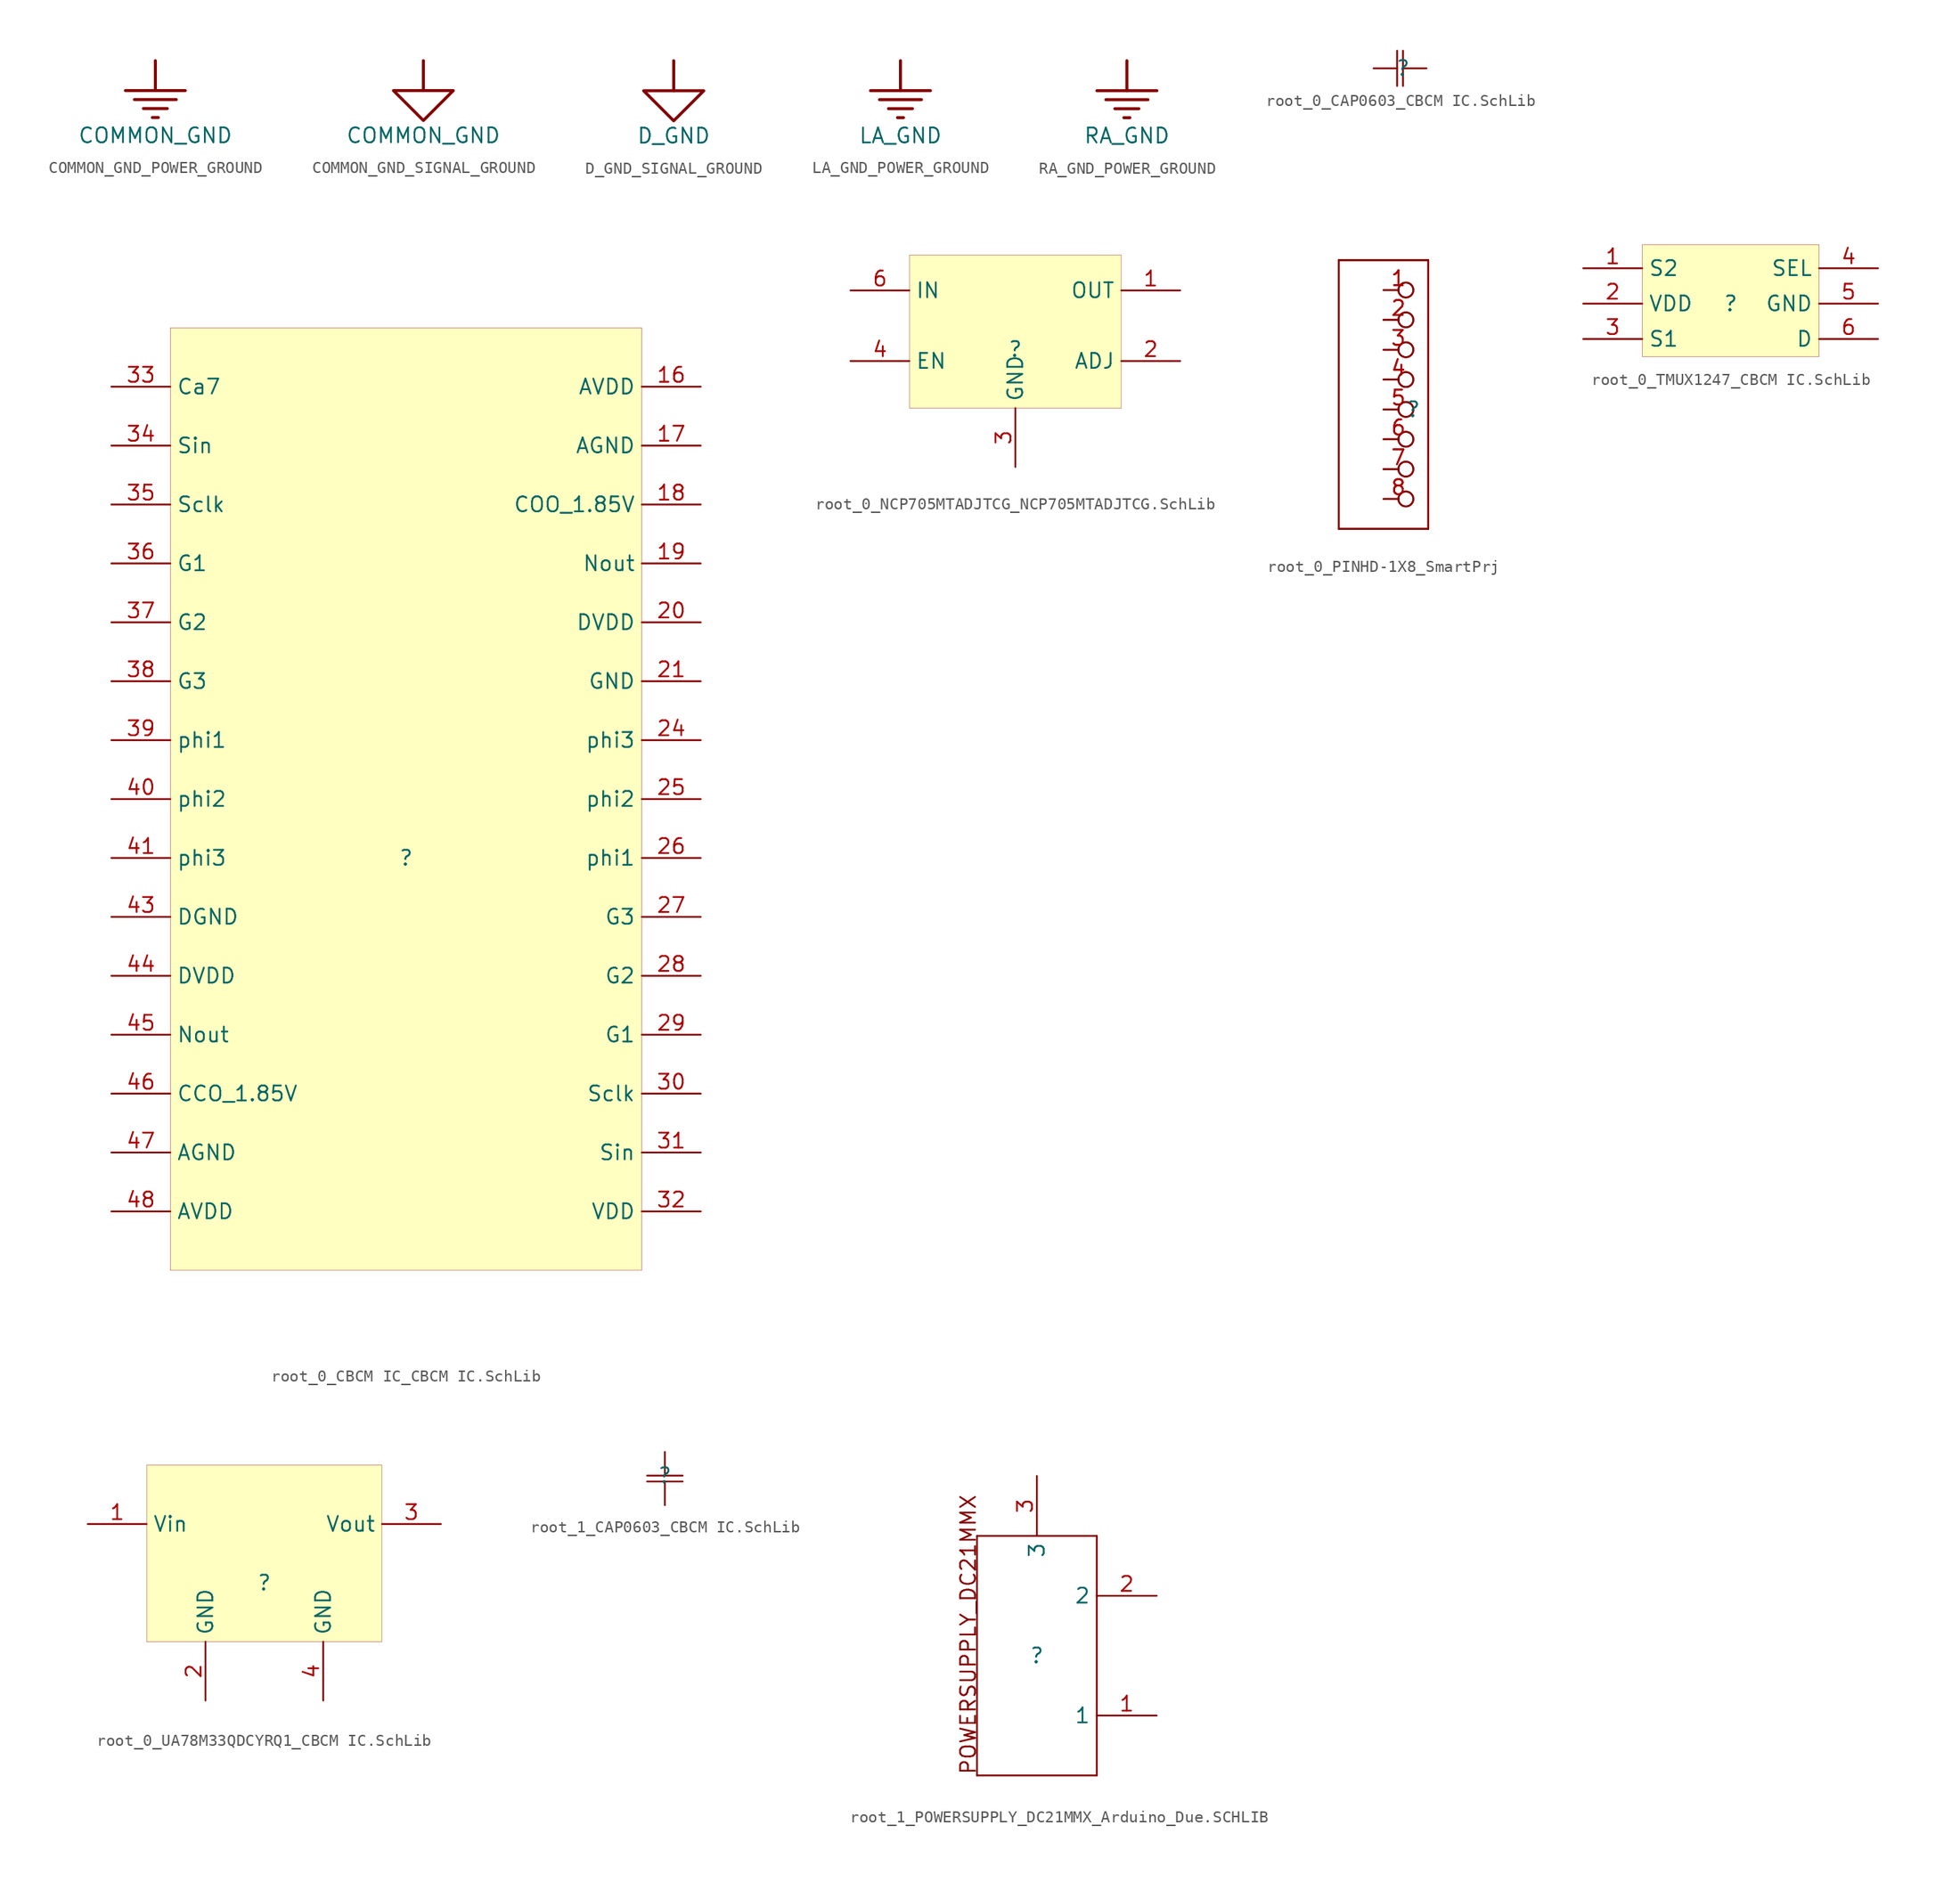
<source format=kicad_sym>
(kicad_symbol_lib
  (version 20241209)
  (generator "kicad_symbol_editor")
  (generator_version "9.0")
  (symbol "COMMON_GND_POWER_GROUND"
    (power)
    (property "Reference" "#PWR"
      (at 0 0 0)
      (effects (font (size 1.27 1.27)) (hide yes)))
    (property "Value" "COMMON_GND"
      (at 0 -6.35 0)
      (effects (font (size 1.27 1.27))))
    (symbol "COMMON_GND_POWER_GROUND_0_0"
      (polyline (pts (xy -2.54 -2.54) (xy 2.54 -2.54)) (stroke (width 0.254) (type solid)) (fill (type none)))
      (polyline (pts (xy -1.778 -3.302) (xy 1.778 -3.302)) (stroke (width 0.254) (type solid)) (fill (type none)))
      (polyline (pts (xy -1.016 -4.064) (xy 1.016 -4.064)) (stroke (width 0.254) (type solid)) (fill (type none)))
      (polyline (pts (xy -0.254 -4.826) (xy 0.254 -4.826)) (stroke (width 0.254) (type solid)) (fill (type none)))
      (polyline (pts (xy 0 0) (xy 0 -2.54)) (stroke (width 0.254) (type solid)) (fill (type none)))
      (pin power_in line (at 0 0 0) (length 0) (hide yes) (name "COMMON_GND" (effects (font (size 1.27 1.27)))) (number "" (effects (font (size 1.27 1.27)))))))
  (symbol "COMMON_GND_SIGNAL_GROUND"
    (power)
    (property "Reference" "#PWR"
      (at 0 0 0)
      (effects (font (size 1.27 1.27)) (hide yes)))
    (property "Value" "COMMON_GND"
      (at 0 -6.35 0)
      (effects (font (size 1.27 1.27))))
    (symbol "COMMON_GND_SIGNAL_GROUND_0_0"
      (polyline (pts (xy -2.54 -2.54) (xy 2.54 -2.54) (xy 0 -5.08) (xy -2.54 -2.54)) (stroke (width 0.254) (type solid)) (fill (type none)))
      (polyline (pts (xy 0 0) (xy 0 -2.54)) (stroke (width 0.254) (type solid)) (fill (type none)))
      (pin power_in line (at 0 0 0) (length 0) (hide yes) (name "COMMON_GND" (effects (font (size 1.27 1.27)))) (number "" (effects (font (size 1.27 1.27)))))))
  (symbol "D_GND_SIGNAL_GROUND"
    (power)
    (property "Reference" "#PWR"
      (at 0 0 0)
      (effects (font (size 1.27 1.27)) (hide yes)))
    (property "Value" "D_GND"
      (at 0 -6.35 0)
      (effects (font (size 1.27 1.27))))
    (symbol "D_GND_SIGNAL_GROUND_0_0"
      (polyline (pts (xy -2.54 -2.54) (xy 2.54 -2.54) (xy 0 -5.08) (xy -2.54 -2.54)) (stroke (width 0.254) (type solid)) (fill (type none)))
      (polyline (pts (xy 0 0) (xy 0 -2.54)) (stroke (width 0.254) (type solid)) (fill (type none)))
      (pin power_in line (at 0 0 0) (length 0) (hide yes) (name "D_GND" (effects (font (size 1.27 1.27)))) (number "" (effects (font (size 1.27 1.27)))))))
  (symbol "LA_GND_POWER_GROUND"
    (power)
    (property "Reference" "#PWR"
      (at 0 0 0)
      (effects (font (size 1.27 1.27)) (hide yes)))
    (property "Value" "LA_GND"
      (at 0 -6.35 0)
      (effects (font (size 1.27 1.27))))
    (symbol "LA_GND_POWER_GROUND_0_0"
      (polyline (pts (xy -2.54 -2.54) (xy 2.54 -2.54)) (stroke (width 0.254) (type solid)) (fill (type none)))
      (polyline (pts (xy -1.778 -3.302) (xy 1.778 -3.302)) (stroke (width 0.254) (type solid)) (fill (type none)))
      (polyline (pts (xy -1.016 -4.064) (xy 1.016 -4.064)) (stroke (width 0.254) (type solid)) (fill (type none)))
      (polyline (pts (xy -0.254 -4.826) (xy 0.254 -4.826)) (stroke (width 0.254) (type solid)) (fill (type none)))
      (polyline (pts (xy 0 0) (xy 0 -2.54)) (stroke (width 0.254) (type solid)) (fill (type none)))
      (pin power_in line (at 0 0 0) (length 0) (hide yes) (name "LA_GND" (effects (font (size 1.27 1.27)))) (number "" (effects (font (size 1.27 1.27)))))))
  (symbol "RA_GND_POWER_GROUND"
    (power)
    (property "Reference" "#PWR"
      (at 0 0 0)
      (effects (font (size 1.27 1.27)) (hide yes)))
    (property "Value" "RA_GND"
      (at 0 -6.35 0)
      (effects (font (size 1.27 1.27))))
    (symbol "RA_GND_POWER_GROUND_0_0"
      (polyline (pts (xy -2.54 -2.54) (xy 2.54 -2.54)) (stroke (width 0.254) (type solid)) (fill (type none)))
      (polyline (pts (xy -1.778 -3.302) (xy 1.778 -3.302)) (stroke (width 0.254) (type solid)) (fill (type none)))
      (polyline (pts (xy -1.016 -4.064) (xy 1.016 -4.064)) (stroke (width 0.254) (type solid)) (fill (type none)))
      (polyline (pts (xy -0.254 -4.826) (xy 0.254 -4.826)) (stroke (width 0.254) (type solid)) (fill (type none)))
      (polyline (pts (xy 0 0) (xy 0 -2.54)) (stroke (width 0.254) (type solid)) (fill (type none)))
      (pin power_in line (at 0 0 0) (length 0) (hide yes) (name "RA_GND" (effects (font (size 1.27 1.27)))) (number "" (effects (font (size 1.27 1.27)))))))
  (symbol "root_0_CAP0603_CBCM IC.SchLib"
    (pin_numbers
      (hide yes))
    (pin_names
      (hide yes))
    (property "Reference" ""
      (at 0 0 0)
      (effects (font (size 1.27 1.27))))
    (property "Value" ""
      (at 0 0 0)
      (effects (font (size 1.27 1.27))))
    (symbol "root_0_CAP0603_CBCM IC.SchLib_1_0"
      (polyline (pts (xy -0.5 1.5) (xy -0.5 -1.5)) (stroke (width 0) (type solid)) (fill (type none)))
      (polyline (pts (xy 0 1.5) (xy 0 -1.5)) (stroke (width 0) (type solid)) (fill (type none)))
      (pin passive line (at -2.5 0 0) (length 2) (name "Terminal_0" (effects (font (size 1.27 1.27)))) (number "1" (effects (font (size 1.27 1.27)))))
      (pin passive line (at 2 0 180) (length 2) (name "Terminal_2" (effects (font (size 1.27 1.27)))) (number "2" (effects (font (size 1.27 1.27)))))))
  (symbol "root_0_CBCM IC_CBCM IC.SchLib"
    (property "Reference" ""
      (at 0 0 0)
      (effects (font (size 1.27 1.27))))
    (property "Value" ""
      (at 0 0 0)
      (effects (font (size 1.27 1.27))))
    (symbol "root_0_CBCM IC_CBCM IC.SchLib_1_0"
      (rectangle (start 20 45) (end -20 -35) (stroke (width 0.025) (type solid) (color 128 0 0 1)) (fill (type background)))
      (pin passive line (at -25 40 0) (length 5) (name "Ca7" (effects (font (size 1.27 1.27)))) (number "33" (effects (font (size 1.27 1.27)))))
      (pin passive line (at -25 35 0) (length 5) (name "Sin" (effects (font (size 1.27 1.27)))) (number "34" (effects (font (size 1.27 1.27)))))
      (pin passive line (at -25 30 0) (length 5) (name "Sclk" (effects (font (size 1.27 1.27)))) (number "35" (effects (font (size 1.27 1.27)))))
      (pin passive line (at -25 25 0) (length 5) (name "G1" (effects (font (size 1.27 1.27)))) (number "36" (effects (font (size 1.27 1.27)))))
      (pin passive line (at -25 20 0) (length 5) (name "G2" (effects (font (size 1.27 1.27)))) (number "37" (effects (font (size 1.27 1.27)))))
      (pin passive line (at -25 15 0) (length 5) (name "G3" (effects (font (size 1.27 1.27)))) (number "38" (effects (font (size 1.27 1.27)))))
      (pin passive line (at -25 10 0) (length 5) (name "phi1" (effects (font (size 1.27 1.27)))) (number "39" (effects (font (size 1.27 1.27)))))
      (pin passive line (at -25 5 0) (length 5) (name "phi2" (effects (font (size 1.27 1.27)))) (number "40" (effects (font (size 1.27 1.27)))))
      (pin passive line (at -25 0 0) (length 5) (name "phi3" (effects (font (size 1.27 1.27)))) (number "41" (effects (font (size 1.27 1.27)))))
      (pin passive line (at -25 -5 0) (length 5) (name "DGND" (effects (font (size 1.27 1.27)))) (number "43" (effects (font (size 1.27 1.27)))))
      (pin power_in line (at -25 -10 0) (length 5) (name "DVDD" (effects (font (size 1.27 1.27)))) (number "44" (effects (font (size 1.27 1.27)))))
      (pin passive line (at -25 -15 0) (length 5) (name "Nout" (effects (font (size 1.27 1.27)))) (number "45" (effects (font (size 1.27 1.27)))))
      (pin power_in line (at -25 -20 0) (length 5) (name "CCO_1.85V" (effects (font (size 1.27 1.27)))) (number "46" (effects (font (size 1.27 1.27)))))
      (pin power_in line (at -25 -25 0) (length 5) (name "AGND" (effects (font (size 1.27 1.27)))) (number "47" (effects (font (size 1.27 1.27)))))
      (pin power_in line (at -25 -30 0) (length 5) (name "AVDD" (effects (font (size 1.27 1.27)))) (number "48" (effects (font (size 1.27 1.27)))))
      (pin power_in line (at 25 40 180) (length 5) (name "AVDD" (effects (font (size 1.27 1.27)))) (number "16" (effects (font (size 1.27 1.27)))))
      (pin power_in line (at 25 35 180) (length 5) (name "AGND" (effects (font (size 1.27 1.27)))) (number "17" (effects (font (size 1.27 1.27)))))
      (pin power_in line (at 25 30 180) (length 5) (name "COO_1.85V" (effects (font (size 1.27 1.27)))) (number "18" (effects (font (size 1.27 1.27)))))
      (pin passive line (at 25 25 180) (length 5) (name "Nout" (effects (font (size 1.27 1.27)))) (number "19" (effects (font (size 1.27 1.27)))))
      (pin power_in line (at 25 20 180) (length 5) (name "DVDD" (effects (font (size 1.27 1.27)))) (number "20" (effects (font (size 1.27 1.27)))))
      (pin power_in line (at 25 15 180) (length 5) (name "GND" (effects (font (size 1.27 1.27)))) (number "21" (effects (font (size 1.27 1.27)))))
      (pin passive line (at 25 10 180) (length 5) (name "phi3" (effects (font (size 1.27 1.27)))) (number "24" (effects (font (size 1.27 1.27)))))
      (pin passive line (at 25 5 180) (length 5) (name "phi2" (effects (font (size 1.27 1.27)))) (number "25" (effects (font (size 1.27 1.27)))))
      (pin passive line (at 25 0 180) (length 5) (name "phi1" (effects (font (size 1.27 1.27)))) (number "26" (effects (font (size 1.27 1.27)))))
      (pin passive line (at 25 -5 180) (length 5) (name "G3" (effects (font (size 1.27 1.27)))) (number "27" (effects (font (size 1.27 1.27)))))
      (pin passive line (at 25 -10 180) (length 5) (name "G2" (effects (font (size 1.27 1.27)))) (number "28" (effects (font (size 1.27 1.27)))))
      (pin passive line (at 25 -15 180) (length 5) (name "G1" (effects (font (size 1.27 1.27)))) (number "29" (effects (font (size 1.27 1.27)))))
      (pin passive line (at 25 -20 180) (length 5) (name "Sclk" (effects (font (size 1.27 1.27)))) (number "30" (effects (font (size 1.27 1.27)))))
      (pin passive line (at 25 -25 180) (length 5) (name "Sin" (effects (font (size 1.27 1.27)))) (number "31" (effects (font (size 1.27 1.27)))))
      (pin power_in line (at 25 -30 180) (length 5) (name "VDD" (effects (font (size 1.27 1.27)))) (number "32" (effects (font (size 1.27 1.27)))))))
  (symbol "root_0_NCP705MTADJTCG_NCP705MTADJTCG.SchLib"
    (property "Reference" ""
      (at 0 0 0)
      (effects (font (size 1.27 1.27))))
    (property "Value" ""
      (at 0 0 0)
      (effects (font (size 1.27 1.27))))
    (symbol "root_0_NCP705MTADJTCG_NCP705MTADJTCG.SchLib_1_0"
      (rectangle (start 9 8) (end -9 -5) (stroke (width 0.025) (type solid) (color 128 0 0 1)) (fill (type background)))
      (pin input line (at -14 5 0) (length 5) (name "IN" (effects (font (size 1.27 1.27)))) (number "6" (effects (font (size 1.27 1.27)))))
      (pin passive line (at -14 -1 0) (length 5) (name "EN" (effects (font (size 1.27 1.27)))) (number "4" (effects (font (size 1.27 1.27)))))
      (pin power_in line (at 0 -10 90) (length 5) (name "GND" (effects (font (size 1.27 1.27)))) (number "3" (effects (font (size 1.27 1.27)))))
      (pin power_in line (at 14 5 180) (length 5) (name "OUT" (effects (font (size 1.27 1.27)))) (number "1" (effects (font (size 1.27 1.27)))))
      (pin passive line (at 14 -1 180) (length 5) (name "ADJ" (effects (font (size 1.27 1.27)))) (number "2" (effects (font (size 1.27 1.27)))))))
  (symbol "root_0_PINHD-1X8_SmartPrj"
    (pin_names
      (hide yes))
    (property "Reference" ""
      (at 0 0 0)
      (effects (font (size 1.27 1.27))))
    (property "Value" ""
      (at 0 0 0)
      (effects (font (size 1.27 1.27))))
    (symbol "root_0_PINHD-1X8_SmartPrj_1_0"
      (polyline (pts (xy -6.35 12.7) (xy -6.35 -10.16)) (stroke (width 0) (type solid)) (fill (type none)))
      (polyline (pts (xy -6.35 12.7) (xy -6.35 -10.16)) (stroke (width 0) (type solid)) (fill (type none)))
      (polyline (pts (xy -6.35 -10.16) (xy 1.27 -10.16)) (stroke (width 0) (type solid)) (fill (type none)))
      (polyline (pts (xy -6.35 -10.16) (xy 1.27 -10.16)) (stroke (width 0) (type solid)) (fill (type none)))
      (polyline (pts (xy 1.27 12.7) (xy -6.35 12.7)) (stroke (width 0) (type solid)) (fill (type none)))
      (polyline (pts (xy 1.27 12.7) (xy -6.35 12.7)) (stroke (width 0) (type solid)) (fill (type none)))
      (polyline (pts (xy 1.27 -10.16) (xy 1.27 12.7)) (stroke (width 0) (type solid)) (fill (type none)))
      (polyline (pts (xy 1.27 -10.16) (xy 1.27 12.7)) (stroke (width 0) (type solid)) (fill (type none)))
      (pin passive inverted (at -2.54 10.16 0) (length 2.54) (name "1" (effects (font (size 1.27 1.27)))) (number "1" (effects (font (size 1.27 1.27)))))
      (pin passive inverted (at -2.54 10.16 0) (length 2.54) (name "1" (effects (font (size 1.27 1.27)))) (number "1" (effects (font (size 1.27 1.27)))))
      (pin passive inverted (at -2.54 7.62 0) (length 2.54) (name "2" (effects (font (size 1.27 1.27)))) (number "2" (effects (font (size 1.27 1.27)))))
      (pin passive inverted (at -2.54 7.62 0) (length 2.54) (name "2" (effects (font (size 1.27 1.27)))) (number "2" (effects (font (size 1.27 1.27)))))
      (pin passive inverted (at -2.54 5.08 0) (length 2.54) (name "3" (effects (font (size 1.27 1.27)))) (number "3" (effects (font (size 1.27 1.27)))))
      (pin passive inverted (at -2.54 5.08 0) (length 2.54) (name "3" (effects (font (size 1.27 1.27)))) (number "3" (effects (font (size 1.27 1.27)))))
      (pin passive inverted (at -2.54 2.54 0) (length 2.54) (name "4" (effects (font (size 1.27 1.27)))) (number "4" (effects (font (size 1.27 1.27)))))
      (pin passive inverted (at -2.54 2.54 0) (length 2.54) (name "4" (effects (font (size 1.27 1.27)))) (number "4" (effects (font (size 1.27 1.27)))))
      (pin passive inverted (at -2.54 0 0) (length 2.54) (name "5" (effects (font (size 1.27 1.27)))) (number "5" (effects (font (size 1.27 1.27)))))
      (pin passive inverted (at -2.54 0 0) (length 2.54) (name "5" (effects (font (size 1.27 1.27)))) (number "5" (effects (font (size 1.27 1.27)))))
      (pin passive inverted (at -2.54 -2.54 0) (length 2.54) (name "6" (effects (font (size 1.27 1.27)))) (number "6" (effects (font (size 1.27 1.27)))))
      (pin passive inverted (at -2.54 -2.54 0) (length 2.54) (name "6" (effects (font (size 1.27 1.27)))) (number "6" (effects (font (size 1.27 1.27)))))
      (pin passive inverted (at -2.54 -5.08 0) (length 2.54) (name "7" (effects (font (size 1.27 1.27)))) (number "7" (effects (font (size 1.27 1.27)))))
      (pin passive inverted (at -2.54 -5.08 0) (length 2.54) (name "7" (effects (font (size 1.27 1.27)))) (number "7" (effects (font (size 1.27 1.27)))))
      (pin passive inverted (at -2.54 -7.62 0) (length 2.54) (name "8" (effects (font (size 1.27 1.27)))) (number "8" (effects (font (size 1.27 1.27)))))
      (pin passive inverted (at -2.54 -7.62 0) (length 2.54) (name "8" (effects (font (size 1.27 1.27)))) (number "8" (effects (font (size 1.27 1.27)))))))
  (symbol "root_0_TMUX1247_CBCM IC.SchLib"
    (property "Reference" ""
      (at 0 0 0)
      (effects (font (size 1.27 1.27))))
    (property "Value" ""
      (at 0 0 0)
      (effects (font (size 1.27 1.27))))
    (symbol "root_0_TMUX1247_CBCM IC.SchLib_1_0"
      (rectangle (start 7.5 5) (end -7.5 -4.5) (stroke (width 0.025) (type solid) (color 128 0 0 1)) (fill (type background)))
      (pin passive line (at -12.5 3 0) (length 5) (name "S2" (effects (font (size 1.27 1.27)))) (number "1" (effects (font (size 1.27 1.27)))))
      (pin passive line (at -12.5 0 0) (length 5) (name "VDD" (effects (font (size 1.27 1.27)))) (number "2" (effects (font (size 1.27 1.27)))))
      (pin passive line (at -12.5 -3 0) (length 5) (name "S1" (effects (font (size 1.27 1.27)))) (number "3" (effects (font (size 1.27 1.27)))))
      (pin passive line (at 12.5 3 180) (length 5) (name "SEL" (effects (font (size 1.27 1.27)))) (number "4" (effects (font (size 1.27 1.27)))))
      (pin passive line (at 12.5 0 180) (length 5) (name "GND" (effects (font (size 1.27 1.27)))) (number "5" (effects (font (size 1.27 1.27)))))
      (pin passive line (at 12.5 -3 180) (length 5) (name "D" (effects (font (size 1.27 1.27)))) (number "6" (effects (font (size 1.27 1.27)))))))
  (symbol "root_0_UA78M33QDCYRQ1_CBCM IC.SchLib"
    (property "Reference" ""
      (at 0 0 0)
      (effects (font (size 1.27 1.27))))
    (property "Value" ""
      (at 0 0 0)
      (effects (font (size 1.27 1.27))))
    (symbol "root_0_UA78M33QDCYRQ1_CBCM IC.SchLib_1_0"
      (rectangle (start 10 10) (end -10 -5) (stroke (width 0.025) (type solid) (color 128 0 0 1)) (fill (type background)))
      (pin passive line (at -15 5 0) (length 5) (name "Vin" (effects (font (size 1.27 1.27)))) (number "1" (effects (font (size 1.27 1.27)))))
      (pin passive line (at -5 -10 90) (length 5) (name "GND" (effects (font (size 1.27 1.27)))) (number "2" (effects (font (size 1.27 1.27)))))
      (pin passive line (at 5 -10 90) (length 5) (name "GND" (effects (font (size 1.27 1.27)))) (number "4" (effects (font (size 1.27 1.27)))))
      (pin passive line (at 15 5 180) (length 5) (name "Vout" (effects (font (size 1.27 1.27)))) (number "3" (effects (font (size 1.27 1.27)))))))
  (symbol "root_1_CAP0603_CBCM IC.SchLib"
    (pin_numbers
      (hide yes))
    (pin_names
      (hide yes))
    (property "Reference" ""
      (at 0 0 0)
      (effects (font (size 1.27 1.27))))
    (property "Value" ""
      (at 0 0 0)
      (effects (font (size 1.27 1.27))))
    (symbol "root_1_CAP0603_CBCM IC.SchLib_1_0"
      (polyline (pts (xy -1.5 0) (xy 1.5 0)) (stroke (width 0) (type solid)) (fill (type none)))
      (polyline (pts (xy -1.5 -0.5) (xy 1.5 -0.5)) (stroke (width 0) (type solid)) (fill (type none)))
      (pin passive line (at 0 2 270) (length 2) (name "Terminal_2" (effects (font (size 1.27 1.27)))) (number "2" (effects (font (size 1.27 1.27)))))
      (pin passive line (at 0 -2.5 90) (length 2) (name "Terminal_0" (effects (font (size 1.27 1.27)))) (number "1" (effects (font (size 1.27 1.27)))))))
  (symbol "root_1_POWERSUPPLY_DC21MMX_Arduino_Due.SCHLIB"
    (property "Reference" ""
      (at 0 0 0)
      (effects (font (size 1.27 1.27))))
    (property "Value" ""
      (at 0 0 0)
      (effects (font (size 1.27 1.27))))
    (symbol "root_1_POWERSUPPLY_DC21MMX_Arduino_Due.SCHLIB_1_0"
      (polyline (pts (xy -5.08 10.16) (xy 5.08 10.16)) (stroke (width 0) (type solid)) (fill (type none)))
      (polyline (pts (xy -5.08 -10.16) (xy -5.08 10.16)) (stroke (width 0) (type solid)) (fill (type none)))
      (polyline (pts (xy 5.08 10.16) (xy 5.08 -10.16)) (stroke (width 0) (type solid)) (fill (type none)))
      (polyline (pts (xy 5.08 -10.16) (xy -5.08 -10.16)) (stroke (width 0) (type solid)) (fill (type none)))
      (text "POWERSUPPLY_DC21MMX" (at -5.08 -10.16 900) (effects (font (size 1.27 1.27)) (justify left bottom)))
      (pin passive line (at 0 15.24 270) (length 5.08) (name "3" (effects (font (size 1.27 1.27)))) (number "3" (effects (font (size 1.27 1.27)))))
      (pin power_in line (at 10.16 5.08 180) (length 5.08) (name "2" (effects (font (size 1.27 1.27)))) (number "2" (effects (font (size 1.27 1.27)))))
      (pin passive line (at 10.16 -5.08 180) (length 5.08) (name "1" (effects (font (size 1.27 1.27)))) (number "1" (effects (font (size 1.27 1.27))))))))
</source>
